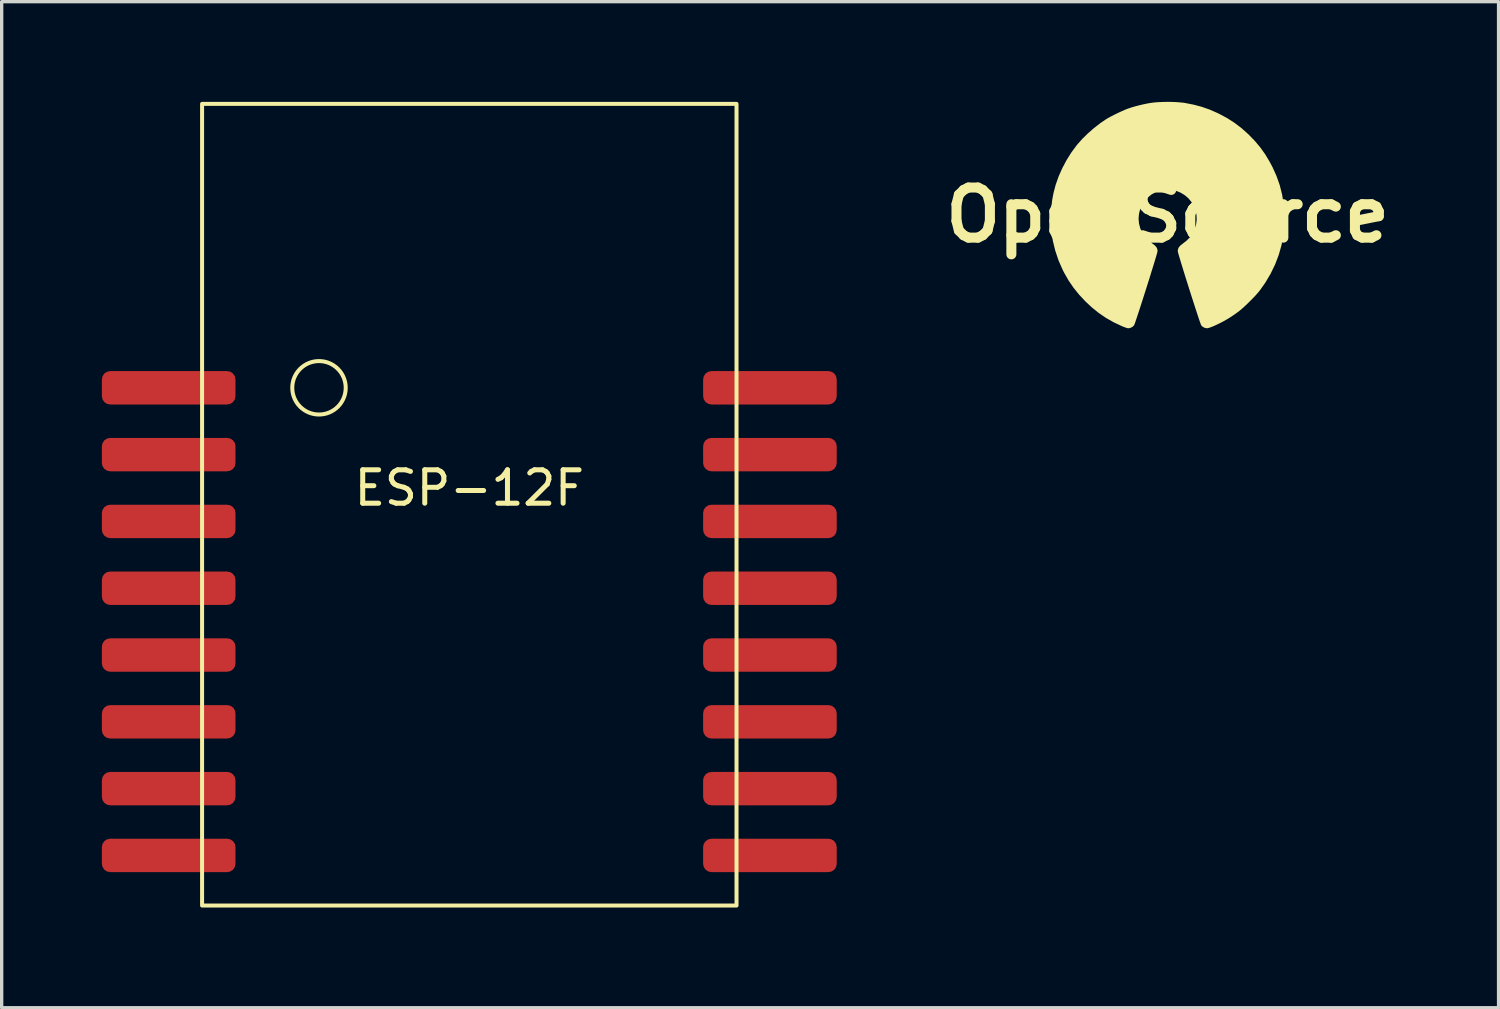
<source format=kicad_pcb>
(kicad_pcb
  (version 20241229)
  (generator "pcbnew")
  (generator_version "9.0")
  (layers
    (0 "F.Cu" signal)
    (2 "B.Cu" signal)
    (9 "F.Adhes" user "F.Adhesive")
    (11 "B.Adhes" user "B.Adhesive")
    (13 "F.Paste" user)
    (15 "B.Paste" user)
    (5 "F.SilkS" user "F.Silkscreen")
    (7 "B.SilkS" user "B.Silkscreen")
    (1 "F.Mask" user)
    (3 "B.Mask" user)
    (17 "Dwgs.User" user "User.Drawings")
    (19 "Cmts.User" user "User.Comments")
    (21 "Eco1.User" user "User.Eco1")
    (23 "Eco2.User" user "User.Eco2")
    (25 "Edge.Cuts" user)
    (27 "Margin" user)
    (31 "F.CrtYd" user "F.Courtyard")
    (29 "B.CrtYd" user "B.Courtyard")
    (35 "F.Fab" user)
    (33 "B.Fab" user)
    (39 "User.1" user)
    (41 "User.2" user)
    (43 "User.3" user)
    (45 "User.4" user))
  (footprint "OpenSource"
    (layer "F.Cu")
    (at 31.907 3.386)
    (property "Reference" "OpenSource" (at 0 0 0) (layer "F.SilkS") (effects (font (size 1.5 1.5) (thickness 0.3))))
    (attr board_only exclude_from_pos_files exclude_from_bom)
    (fp_poly (pts (xy 0.211 -3.382) (xy 0.357 -3.372) (xy 0.486 -3.359) (xy 0.52 -3.353) (xy 0.777 -3.303) (xy 1.018 -3.239) (xy 1.251 -3.158) (xy 1.484 -3.056) (xy 1.539 -3.03) (xy 1.78 -2.901) (xy 2.002 -2.759) (xy 2.212 -2.599) (xy 2.416 -2.417) (xy 2.424 -2.409) (xy 2.609 -2.218) (xy 2.774 -2.022) (xy 2.921 -1.816) (xy 3.055 -1.592) (xy 3.138 -1.436) (xy 3.259 -1.167) (xy 3.355 -0.895) (xy 3.426 -0.616) (xy 3.473 -0.328) (xy 3.496 -0.028) (xy 3.497 -0.007) (xy 3.494 0.302) (xy 3.465 0.606) (xy 3.409 0.904) (xy 3.326 1.196) (xy 3.217 1.482) (xy 3.082 1.76) (xy 2.921 2.031) (xy 2.773 2.241) (xy 2.715 2.314) (xy 2.64 2.4) (xy 2.553 2.492) (xy 2.459 2.587) (xy 2.364 2.68) (xy 2.272 2.766) (xy 2.187 2.84) (xy 2.127 2.888) (xy 2.057 2.939) (xy 1.977 2.995) (xy 1.899 3.048) (xy 1.854 3.077) (xy 1.764 3.131) (xy 1.668 3.185) (xy 1.57 3.236) (xy 1.473 3.283) (xy 1.383 3.324) (xy 1.303 3.357) (xy 1.236 3.38) (xy 1.188 3.391) (xy 1.176 3.392) (xy 1.112 3.38) (xy 1.05 3.348) (xy 1.006 3.305) (xy 0.997 3.286) (xy 0.982 3.243) (xy 0.959 3.18) (xy 0.931 3.097) (xy 0.898 2.997) (xy 0.861 2.884) (xy 0.82 2.758) (xy 0.777 2.624) (xy 0.731 2.482) (xy 0.684 2.335) (xy 0.637 2.187) (xy 0.59 2.038) (xy 0.544 1.892) (xy 0.5 1.751) (xy 0.459 1.618) (xy 0.421 1.494) (xy 0.387 1.382) (xy 0.358 1.285) (xy 0.334 1.205) (xy 0.317 1.144) (xy 0.307 1.104) (xy 0.304 1.093) (xy 0.308 1.027) (xy 0.337 0.964) (xy 0.392 0.904) (xy 0.447 0.862) (xy 0.553 0.781) (xy 0.648 0.689) (xy 0.724 0.593) (xy 0.746 0.559) (xy 0.812 0.421) (xy 0.853 0.279) (xy 0.87 0.137) (xy 0.863 -0.004) (xy 0.833 -0.141) (xy 0.783 -0.27) (xy 0.712 -0.39) (xy 0.622 -0.499) (xy 0.514 -0.592) (xy 0.389 -0.668) (xy 0.249 -0.724) (xy 0.218 -0.733) (xy 0.13 -0.749) (xy 0.028 -0.756) (xy -0.077 -0.754) (xy -0.174 -0.742) (xy -0.218 -0.733) (xy -0.362 -0.681) (xy -0.49 -0.609) (xy -0.601 -0.519) (xy -0.695 -0.414) (xy -0.77 -0.296) (xy -0.825 -0.168) (xy -0.858 -0.032) (xy -0.87 0.108) (xy -0.858 0.25) (xy -0.823 0.392) (xy -0.761 0.531) (xy -0.746 0.559) (xy -0.678 0.654) (xy -0.589 0.748) (xy -0.486 0.834) (xy -0.447 0.862) (xy -0.373 0.921) (xy -0.325 0.982) (xy -0.304 1.046) (xy -0.304 1.093) (xy -0.31 1.119) (xy -0.324 1.169) (xy -0.344 1.239) (xy -0.37 1.328) (xy -0.402 1.432) (xy -0.438 1.55) (xy -0.478 1.678) (xy -0.52 1.816) (xy -0.565 1.959) (xy -0.612 2.107) (xy -0.659 2.256) (xy -0.706 2.404) (xy -0.752 2.548) (xy -0.797 2.687) (xy -0.839 2.818) (xy -0.879 2.938) (xy -0.914 3.045) (xy -0.945 3.137) (xy -0.97 3.212) (xy -0.99 3.266) (xy -1.002 3.298) (xy -1.006 3.305) (xy -1.056 3.352) (xy -1.12 3.382) (xy -1.178 3.392) (xy -1.21 3.386) (xy -1.259 3.371) (xy -1.317 3.35) (xy -1.361 3.332) (xy -1.615 3.213) (xy -1.849 3.08) (xy -2.068 2.93) (xy -2.278 2.76) (xy -2.463 2.586) (xy -2.652 2.384) (xy -2.818 2.178) (xy -2.965 1.963) (xy -3.096 1.733) (xy -3.14 1.648) (xy -3.265 1.364) (xy -3.363 1.073) (xy -3.436 0.777) (xy -3.481 0.476) (xy -3.5 0.171) (xy -3.492 -0.136) (xy -3.457 -0.446) (xy -3.418 -0.654) (xy -3.353 -0.901) (xy -3.265 -1.151) (xy -3.155 -1.399) (xy -3.027 -1.641) (xy -2.883 -1.871) (xy -2.725 -2.085) (xy -2.704 -2.11) (xy -2.556 -2.277) (xy -2.386 -2.444) (xy -2.204 -2.603) (xy -2.014 -2.75) (xy -1.847 -2.864) (xy -1.777 -2.906) (xy -1.688 -2.954) (xy -1.588 -3.005) (xy -1.482 -3.057) (xy -1.378 -3.105) (xy -1.283 -3.147) (xy -1.203 -3.179) (xy -1.202 -3.179) (xy -1.071 -3.223) (xy -0.923 -3.265) (xy -0.766 -3.304) (xy -0.611 -3.337) (xy -0.52 -3.353) (xy -0.398 -3.369) (xy -0.256 -3.379) (xy -0.103 -3.385) (xy 0.056 -3.386)) (stroke (width 0) (type solid)) (fill yes) (layer "F.SilkS")))
  (footprint "ESP-12F"
    (layer "F.Cu")
    (at 11 12.06)
    (property "Reference" "ESP-12F" (at 0 -0.5 0) (unlocked yes) (layer "F.SilkS") (effects (font (size 1 1) (thickness 0.15))))
    (attr smd)
    (fp_rect (start -8 -12) (end 8 12) (stroke (width 0.12) (type default)) (fill no) (layer "F.SilkS"))
    (fp_circle (center -4.5 -3.5) (end -3.7 -3.5) (stroke (width 0.12) (type default)) (fill no) (layer "F.SilkS"))
    (pad "1" smd roundrect (at -9 -3.5) (size 4 1) (layers "F.Cu" "F.Mask" "F.Paste") (roundrect_rratio 0.25))
    (pad "2" smd roundrect (at -9 -1.5) (size 4 1) (layers "F.Cu" "F.Mask" "F.Paste") (roundrect_rratio 0.25))
    (pad "3" smd roundrect (at -9 0.5) (size 4 1) (layers "F.Cu" "F.Mask" "F.Paste") (roundrect_rratio 0.25))
    (pad "4" smd roundrect (at -9 2.5) (size 4 1) (layers "F.Cu" "F.Mask" "F.Paste") (roundrect_rratio 0.25))
    (pad "5" smd roundrect (at -9 4.5) (size 4 1) (layers "F.Cu" "F.Mask" "F.Paste") (roundrect_rratio 0.25))
    (pad "6" smd roundrect (at -9 6.5) (size 4 1) (layers "F.Cu" "F.Mask" "F.Paste") (roundrect_rratio 0.25))
    (pad "7" smd roundrect (at -9 8.5) (size 4 1) (layers "F.Cu" "F.Mask" "F.Paste") (roundrect_rratio 0.25))
    (pad "8" smd roundrect (at -9 10.5) (size 4 1) (layers "F.Cu" "F.Mask" "F.Paste") (roundrect_rratio 0.25))
    (pad "9" smd roundrect (at 9 10.5) (size 4 1) (layers "F.Cu" "F.Mask" "F.Paste") (roundrect_rratio 0.25))
    (pad "10" smd roundrect (at 9 8.5) (size 4 1) (layers "F.Cu" "F.Mask" "F.Paste") (roundrect_rratio 0.25))
    (pad "11" smd roundrect (at 9 6.5) (size 4 1) (layers "F.Cu" "F.Mask" "F.Paste") (roundrect_rratio 0.25))
    (pad "12" smd roundrect (at 9 4.5) (size 4 1) (layers "F.Cu" "F.Mask" "F.Paste") (roundrect_rratio 0.25))
    (pad "13" smd roundrect (at 9 2.5) (size 4 1) (layers "F.Cu" "F.Mask" "F.Paste") (roundrect_rratio 0.25))
    (pad "14" smd roundrect (at 9 0.5) (size 4 1) (layers "F.Cu" "F.Mask" "F.Paste") (roundrect_rratio 0.25))
    (pad "15" smd roundrect (at 9 -1.5) (size 4 1) (layers "F.Cu" "F.Mask" "F.Paste") (roundrect_rratio 0.25))
    (pad "16" smd roundrect (at 9 -3.5) (size 4 1) (layers "F.Cu" "F.Mask" "F.Paste") (roundrect_rratio 0.25)))
  (gr_rect
    (start -3 -3)
    (end 41.814 27.12)
    (stroke (width 0.1) (type default))
    (fill no)
    (layer "Edge.Cuts")))
</source>
